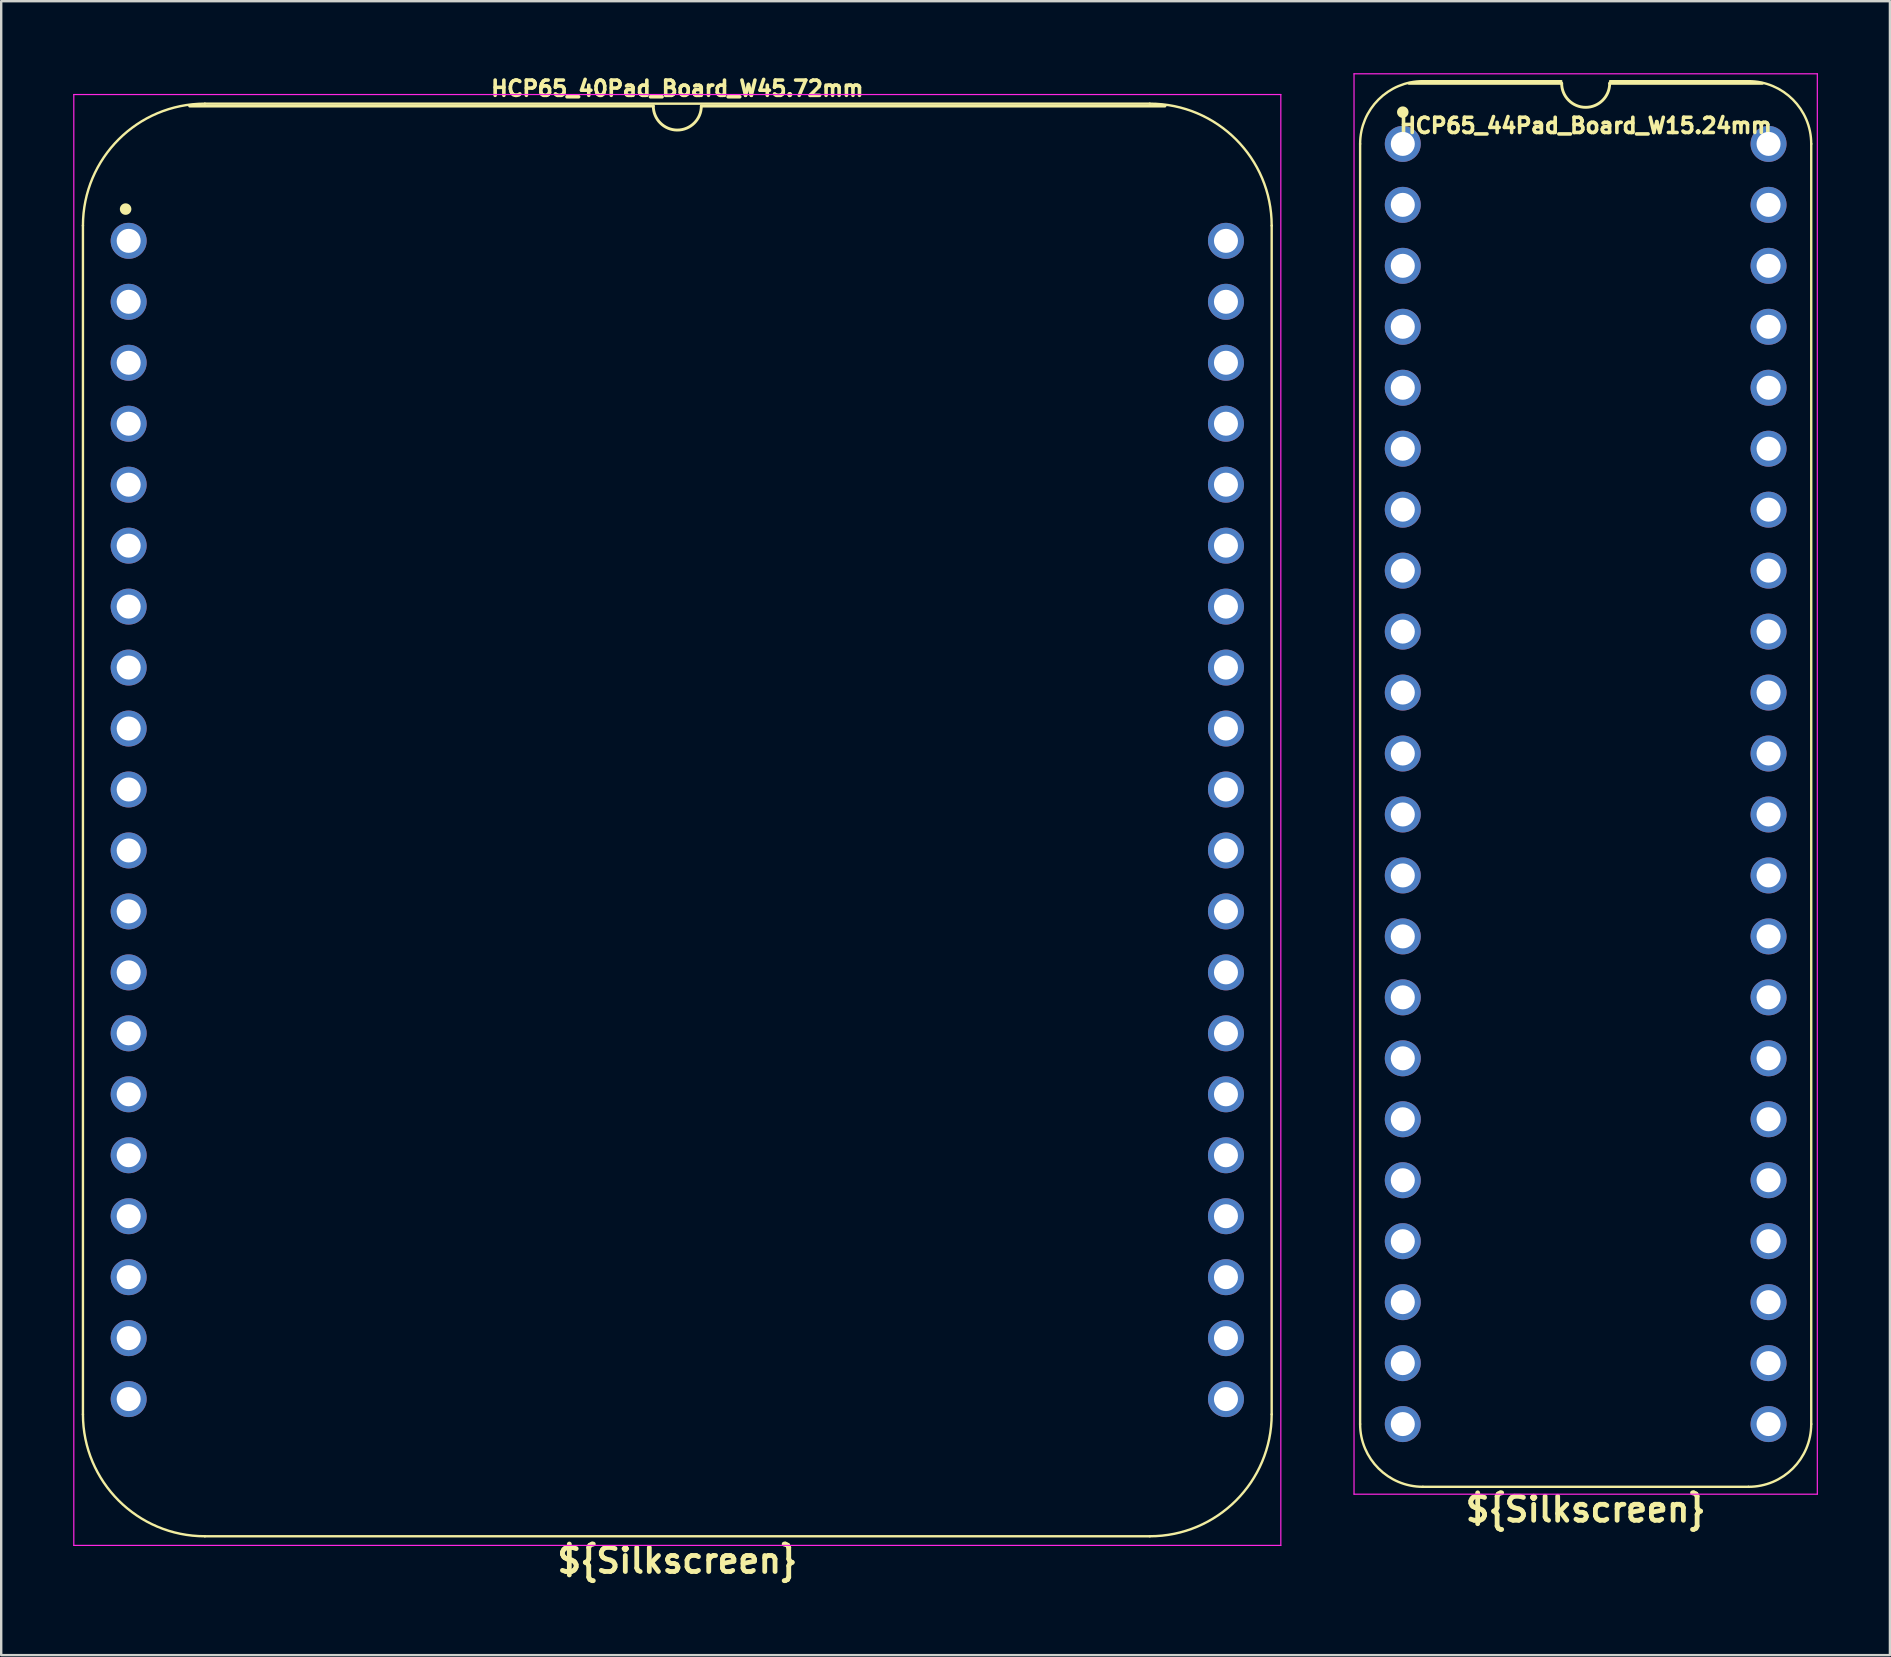
<source format=kicad_pcb>
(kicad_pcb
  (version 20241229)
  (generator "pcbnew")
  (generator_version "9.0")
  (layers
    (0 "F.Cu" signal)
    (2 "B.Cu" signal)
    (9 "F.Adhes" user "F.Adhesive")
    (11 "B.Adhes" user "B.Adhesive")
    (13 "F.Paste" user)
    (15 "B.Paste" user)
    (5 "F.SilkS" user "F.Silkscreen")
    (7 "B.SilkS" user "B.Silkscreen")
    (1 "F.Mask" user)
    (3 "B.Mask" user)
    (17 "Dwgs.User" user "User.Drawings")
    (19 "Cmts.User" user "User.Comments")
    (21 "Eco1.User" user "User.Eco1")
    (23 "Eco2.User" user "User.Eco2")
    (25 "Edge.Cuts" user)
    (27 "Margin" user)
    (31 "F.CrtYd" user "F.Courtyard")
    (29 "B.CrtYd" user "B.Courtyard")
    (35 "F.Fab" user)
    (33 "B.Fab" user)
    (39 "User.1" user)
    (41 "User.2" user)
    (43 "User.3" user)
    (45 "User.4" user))
  (footprint "HCP65_40Pad_Board_W45.72mm"
    (layer "F.Cu")
    (at 2.311 6.985)
    (property "Reference" "HCP65_40Pad_Board_W45.72mm" (at 22.86 -6.35 0) (layer "F.SilkS") (effects (font (size 0.635 0.635) (thickness 0.15))))
    (property "Silkscreen" "${Silkscreen}" (at 22.86 54.991 0) (layer "F.SilkS") (effects (font (size 1 1) (thickness 0.2))))
    (attr through_hole)
    (fp_line (start -1.905 -0.635) (end -1.905 48.895) (stroke (width 0.1) (type solid)) (layer "F.SilkS"))
    (fp_line (start 21.86 -5.616) (end 2.54 -5.616) (stroke (width 0.12) (type solid)) (layer "F.SilkS"))
    (fp_line (start 42.545 -5.715) (end 3.175 -5.715) (stroke (width 0.1) (type solid)) (layer "F.SilkS"))
    (fp_line (start 42.545 53.975) (end 3.175 53.975) (stroke (width 0.1) (type solid)) (layer "F.SilkS"))
    (fp_line (start 43.18 -5.616) (end 23.86 -5.616) (stroke (width 0.12) (type solid)) (layer "F.SilkS"))
    (fp_line (start 47.625 48.895) (end 47.625 -0.635) (stroke (width 0.1) (type solid)) (layer "F.SilkS"))
    (fp_arc (start -1.905 -0.635) (mid -0.417102 -4.227102) (end 3.175 -5.715) (stroke (width 0.1) (type solid)) (layer "F.SilkS"))
    (fp_arc (start 3.175 53.975) (mid -0.417102 52.487102) (end -1.905 48.895) (stroke (width 0.1) (type solid)) (layer "F.SilkS"))
    (fp_arc (start 23.86 -5.616) (mid 22.86 -4.616) (end 21.86 -5.616) (stroke (width 0.12) (type solid)) (layer "F.SilkS"))
    (fp_arc (start 42.545 -5.715) (mid 46.137102 -4.227102) (end 47.625 -0.635) (stroke (width 0.1) (type solid)) (layer "F.SilkS"))
    (fp_arc (start 47.625 48.895) (mid 46.137102 52.487102) (end 42.545 53.975) (stroke (width 0.1) (type solid)) (layer "F.SilkS"))
    (fp_circle (center -0.127 -1.323) (end 0.053 -1.323) (stroke (width 0.12) (type solid)) (fill yes) (layer "F.SilkS"))
    (fp_line (start -2.286 -6.096) (end -2.286 54.356) (stroke (width 0.05) (type solid)) (layer "F.CrtYd"))
    (fp_line (start -2.286 -6.096) (end 48.006 -6.096) (stroke (width 0.05) (type solid)) (layer "F.CrtYd"))
    (fp_line (start -2.286 54.356) (end 48.006 54.356) (stroke (width 0.05) (type solid)) (layer "F.CrtYd"))
    (fp_line (start 48.006 54.356) (end 48.006 -6.096) (stroke (width 0.05) (type solid)) (layer "F.CrtYd"))
    (pad "1" thru_hole circle (at 0 0) (size 1.5 1.5) (drill 1) (layers "*.Cu" "*.Mask"))
    (pad "2" thru_hole circle (at 0 2.54) (size 1.5 1.5) (drill 1) (layers "*.Cu" "*.Mask"))
    (pad "3" thru_hole circle (at 0 5.08) (size 1.5 1.5) (drill 1) (layers "*.Cu" "*.Mask"))
    (pad "4" thru_hole circle (at 0 7.62) (size 1.5 1.5) (drill 1) (layers "*.Cu" "*.Mask"))
    (pad "5" thru_hole circle (at 0 10.16) (size 1.5 1.5) (drill 1) (layers "*.Cu" "*.Mask"))
    (pad "6" thru_hole circle (at 0 12.7) (size 1.5 1.5) (drill 1) (layers "*.Cu" "*.Mask"))
    (pad "7" thru_hole circle (at 0 15.24) (size 1.5 1.5) (drill 1) (layers "*.Cu" "*.Mask"))
    (pad "8" thru_hole circle (at 0 17.78) (size 1.5 1.5) (drill 1) (layers "*.Cu" "*.Mask"))
    (pad "9" thru_hole circle (at 0 20.32) (size 1.5 1.5) (drill 1) (layers "*.Cu" "*.Mask"))
    (pad "10" thru_hole circle (at 0 22.86) (size 1.5 1.5) (drill 1) (layers "*.Cu" "*.Mask"))
    (pad "11" thru_hole circle (at 0 25.4) (size 1.5 1.5) (drill 1) (layers "*.Cu" "*.Mask"))
    (pad "12" thru_hole circle (at 0 27.94) (size 1.5 1.5) (drill 1) (layers "*.Cu" "*.Mask"))
    (pad "13" thru_hole circle (at 0 30.48) (size 1.5 1.5) (drill 1) (layers "*.Cu" "*.Mask"))
    (pad "14" thru_hole circle (at 0 33.02) (size 1.5 1.5) (drill 1) (layers "*.Cu" "*.Mask"))
    (pad "15" thru_hole circle (at 0 35.56) (size 1.5 1.5) (drill 1) (layers "*.Cu" "*.Mask"))
    (pad "16" thru_hole circle (at 0 38.1) (size 1.5 1.5) (drill 1) (layers "*.Cu" "*.Mask"))
    (pad "17" thru_hole circle (at 0 40.64) (size 1.5 1.5) (drill 1) (layers "*.Cu" "*.Mask"))
    (pad "18" thru_hole circle (at 0 43.18) (size 1.5 1.5) (drill 1) (layers "*.Cu" "*.Mask"))
    (pad "19" thru_hole circle (at 0 45.72) (size 1.5 1.5) (drill 1) (layers "*.Cu" "*.Mask"))
    (pad "20" thru_hole circle (at 0 48.26) (size 1.5 1.5) (drill 1) (layers "*.Cu" "*.Mask"))
    (pad "21" thru_hole circle (at 45.72 48.26) (size 1.5 1.5) (drill 1) (layers "*.Cu" "*.Mask"))
    (pad "22" thru_hole circle (at 45.72 45.72) (size 1.5 1.5) (drill 1) (layers "*.Cu" "*.Mask"))
    (pad "23" thru_hole circle (at 45.72 43.18) (size 1.5 1.5) (drill 1) (layers "*.Cu" "*.Mask"))
    (pad "24" thru_hole circle (at 45.72 40.64) (size 1.5 1.5) (drill 1) (layers "*.Cu" "*.Mask"))
    (pad "25" thru_hole circle (at 45.72 38.1) (size 1.5 1.5) (drill 1) (layers "*.Cu" "*.Mask"))
    (pad "26" thru_hole circle (at 45.72 35.56) (size 1.5 1.5) (drill 1) (layers "*.Cu" "*.Mask"))
    (pad "27" thru_hole circle (at 45.72 33.02) (size 1.5 1.5) (drill 1) (layers "*.Cu" "*.Mask"))
    (pad "28" thru_hole circle (at 45.72 30.48) (size 1.5 1.5) (drill 1) (layers "*.Cu" "*.Mask"))
    (pad "29" thru_hole circle (at 45.72 27.94) (size 1.5 1.5) (drill 1) (layers "*.Cu" "*.Mask"))
    (pad "30" thru_hole circle (at 45.72 25.4) (size 1.5 1.5) (drill 1) (layers "*.Cu" "*.Mask"))
    (pad "31" thru_hole circle (at 45.72 22.86) (size 1.5 1.5) (drill 1) (layers "*.Cu" "*.Mask"))
    (pad "32" thru_hole circle (at 45.72 20.32) (size 1.5 1.5) (drill 1) (layers "*.Cu" "*.Mask"))
    (pad "33" thru_hole circle (at 45.72 17.78) (size 1.5 1.5) (drill 1) (layers "*.Cu" "*.Mask"))
    (pad "34" thru_hole circle (at 45.72 15.24) (size 1.5 1.5) (drill 1) (layers "*.Cu" "*.Mask"))
    (pad "35" thru_hole circle (at 45.72 12.7) (size 1.5 1.5) (drill 1) (layers "*.Cu" "*.Mask"))
    (pad "36" thru_hole circle (at 45.72 10.16) (size 1.5 1.5) (drill 1) (layers "*.Cu" "*.Mask"))
    (pad "37" thru_hole circle (at 45.72 7.62) (size 1.5 1.5) (drill 1) (layers "*.Cu" "*.Mask"))
    (pad "38" thru_hole circle (at 45.72 5.08) (size 1.5 1.5) (drill 1) (layers "*.Cu" "*.Mask"))
    (pad "39" thru_hole circle (at 45.72 2.54) (size 1.5 1.5) (drill 1) (layers "*.Cu" "*.Mask"))
    (pad "40" thru_hole circle (at 45.72 0) (size 1.5 1.5) (drill 1) (layers "*.Cu" "*.Mask")))
  (footprint "HCP65_44Pad_Board_W15.24mm"
    (layer "F.Cu")
    (at 55.399 2.946)
    (property "Reference" "HCP65_44Pad_Board_W15.24mm" (at 7.62 -0.762 0) (layer "F.SilkS") (effects (font (size 0.635 0.635) (thickness 0.15))))
    (property "Silkscreen" "${Silkscreen}" (at 7.62 56.896 0) (layer "F.SilkS") (effects (font (size 1 1) (thickness 0.2))))
    (attr through_hole)
    (fp_line (start -1.778 53.34) (end -1.778 0) (stroke (width 0.1) (type solid)) (layer "F.SilkS"))
    (fp_line (start 0.836 -2.614) (end 6.604 -2.614) (stroke (width 0.1) (type solid)) (layer "F.SilkS"))
    (fp_line (start 6.62 -2.524) (end 0.254 -2.524) (stroke (width 0.12) (type solid)) (layer "F.SilkS"))
    (fp_line (start 8.636 -2.614) (end 14.404 -2.614) (stroke (width 0.1) (type solid)) (layer "F.SilkS"))
    (fp_line (start 14.404 55.954) (end 0.836 55.954) (stroke (width 0.1) (type solid)) (layer "F.SilkS"))
    (fp_line (start 14.986 -2.524) (end 8.62 -2.524) (stroke (width 0.12) (type solid)) (layer "F.SilkS"))
    (fp_line (start 17.018 53.34) (end 17.018 0) (stroke (width 0.1) (type solid)) (layer "F.SilkS"))
    (fp_arc (start -1.778 0) (mid -1.012456 -1.848188) (end 0.835732 -2.613732) (stroke (width 0.1) (type solid)) (layer "F.SilkS"))
    (fp_arc (start 0.835733 55.953733) (mid -1.012456 55.188189) (end -1.778 53.34) (stroke (width 0.1) (type solid)) (layer "F.SilkS"))
    (fp_arc (start 8.62 -2.524) (mid 7.62 -1.524) (end 6.62 -2.524) (stroke (width 0.12) (type solid)) (layer "F.SilkS"))
    (fp_arc (start 14.404268 -2.613732) (mid 16.252456 -1.848188) (end 17.018 0) (stroke (width 0.1) (type solid)) (layer "F.SilkS"))
    (fp_arc (start 17.018001 53.340001) (mid 16.252456 55.188188) (end 14.404269 55.953733) (stroke (width 0.1) (type solid)) (layer "F.SilkS"))
    (fp_circle (center 0 -1.323) (end 0.18 -1.323) (stroke (width 0.12) (type solid)) (fill yes) (layer "F.SilkS"))
    (fp_line (start -2.032 -2.921) (end -2.032 56.261) (stroke (width 0.05) (type solid)) (layer "F.CrtYd"))
    (fp_line (start -2.032 -2.921) (end 17.272 -2.921) (stroke (width 0.05) (type solid)) (layer "F.CrtYd"))
    (fp_line (start -2.032 56.261) (end 17.272 56.261) (stroke (width 0.05) (type solid)) (layer "F.CrtYd"))
    (fp_line (start 17.272 -2.921) (end 17.272 56.261) (stroke (width 0.05) (type solid)) (layer "F.CrtYd"))
    (pad "1" thru_hole circle (at 0 0) (size 1.5 1.5) (drill 1) (layers "*.Cu" "*.Mask"))
    (pad "2" thru_hole circle (at 0 2.54) (size 1.5 1.5) (drill 1) (layers "*.Cu" "*.Mask"))
    (pad "3" thru_hole circle (at 0 5.08) (size 1.5 1.5) (drill 1) (layers "*.Cu" "*.Mask"))
    (pad "4" thru_hole circle (at 0 7.62) (size 1.5 1.5) (drill 1) (layers "*.Cu" "*.Mask"))
    (pad "5" thru_hole circle (at 0 10.16) (size 1.5 1.5) (drill 1) (layers "*.Cu" "*.Mask"))
    (pad "6" thru_hole circle (at 0 12.7) (size 1.5 1.5) (drill 1) (layers "*.Cu" "*.Mask"))
    (pad "7" thru_hole circle (at 0 15.24) (size 1.5 1.5) (drill 1) (layers "*.Cu" "*.Mask"))
    (pad "8" thru_hole circle (at 0 17.78) (size 1.5 1.5) (drill 1) (layers "*.Cu" "*.Mask"))
    (pad "9" thru_hole circle (at 0 20.32) (size 1.5 1.5) (drill 1) (layers "*.Cu" "*.Mask"))
    (pad "10" thru_hole circle (at 0 22.86) (size 1.5 1.5) (drill 1) (layers "*.Cu" "*.Mask"))
    (pad "11" thru_hole circle (at 0 25.4) (size 1.5 1.5) (drill 1) (layers "*.Cu" "*.Mask"))
    (pad "12" thru_hole circle (at 0 27.94) (size 1.5 1.5) (drill 1) (layers "*.Cu" "*.Mask"))
    (pad "13" thru_hole circle (at 0 30.48) (size 1.5 1.5) (drill 1) (layers "*.Cu" "*.Mask"))
    (pad "14" thru_hole circle (at 0 33.02) (size 1.5 1.5) (drill 1) (layers "*.Cu" "*.Mask"))
    (pad "15" thru_hole circle (at 0 35.56) (size 1.5 1.5) (drill 1) (layers "*.Cu" "*.Mask"))
    (pad "16" thru_hole circle (at 0 38.1) (size 1.5 1.5) (drill 1) (layers "*.Cu" "*.Mask"))
    (pad "17" thru_hole circle (at 0 40.64) (size 1.5 1.5) (drill 1) (layers "*.Cu" "*.Mask"))
    (pad "18" thru_hole circle (at 0 43.18) (size 1.5 1.5) (drill 1) (layers "*.Cu" "*.Mask"))
    (pad "19" thru_hole circle (at 0 45.72) (size 1.5 1.5) (drill 1) (layers "*.Cu" "*.Mask"))
    (pad "20" thru_hole circle (at 0 48.26) (size 1.5 1.5) (drill 1) (layers "*.Cu" "*.Mask"))
    (pad "21" thru_hole circle (at 0 50.8) (size 1.5 1.5) (drill 1) (layers "*.Cu" "*.Mask"))
    (pad "22" thru_hole circle (at 0 53.34) (size 1.5 1.5) (drill 1) (layers "*.Cu" "*.Mask"))
    (pad "23" thru_hole circle (at 15.24 53.34 180) (size 1.5 1.5) (drill 1) (layers "*.Cu" "*.Mask"))
    (pad "24" thru_hole circle (at 15.24 50.8 180) (size 1.5 1.5) (drill 1) (layers "*.Cu" "*.Mask"))
    (pad "25" thru_hole circle (at 15.24 48.26 180) (size 1.5 1.5) (drill 1) (layers "*.Cu" "*.Mask"))
    (pad "26" thru_hole circle (at 15.24 45.72 180) (size 1.5 1.5) (drill 1) (layers "*.Cu" "*.Mask"))
    (pad "27" thru_hole circle (at 15.24 43.18 180) (size 1.5 1.5) (drill 1) (layers "*.Cu" "*.Mask"))
    (pad "28" thru_hole circle (at 15.24 40.64 180) (size 1.5 1.5) (drill 1) (layers "*.Cu" "*.Mask"))
    (pad "29" thru_hole circle (at 15.24 38.1) (size 1.5 1.5) (drill 1) (layers "*.Cu" "*.Mask"))
    (pad "30" thru_hole circle (at 15.24 35.56) (size 1.5 1.5) (drill 1) (layers "*.Cu" "*.Mask"))
    (pad "31" thru_hole circle (at 15.24 33.02) (size 1.5 1.5) (drill 1) (layers "*.Cu" "*.Mask"))
    (pad "32" thru_hole circle (at 15.24 30.48) (size 1.5 1.5) (drill 1) (layers "*.Cu" "*.Mask"))
    (pad "33" thru_hole circle (at 15.24 27.94) (size 1.5 1.5) (drill 1) (layers "*.Cu" "*.Mask"))
    (pad "34" thru_hole circle (at 15.24 25.4) (size 1.5 1.5) (drill 1) (layers "*.Cu" "*.Mask"))
    (pad "35" thru_hole circle (at 15.24 22.86) (size 1.5 1.5) (drill 1) (layers "*.Cu" "*.Mask"))
    (pad "36" thru_hole circle (at 15.24 20.32) (size 1.5 1.5) (drill 1) (layers "*.Cu" "*.Mask"))
    (pad "37" thru_hole circle (at 15.24 17.78) (size 1.5 1.5) (drill 1) (layers "*.Cu" "*.Mask"))
    (pad "38" thru_hole circle (at 15.24 15.24) (size 1.5 1.5) (drill 1) (layers "*.Cu" "*.Mask"))
    (pad "39" thru_hole circle (at 15.24 12.7) (size 1.5 1.5) (drill 1) (layers "*.Cu" "*.Mask"))
    (pad "40" thru_hole circle (at 15.24 10.16) (size 1.5 1.5) (drill 1) (layers "*.Cu" "*.Mask"))
    (pad "41" thru_hole circle (at 15.24 7.62) (size 1.5 1.5) (drill 1) (layers "*.Cu" "*.Mask"))
    (pad "42" thru_hole circle (at 15.24 5.08) (size 1.5 1.5) (drill 1) (layers "*.Cu" "*.Mask"))
    (pad "43" thru_hole circle (at 15.24 2.54) (size 1.5 1.5) (drill 1) (layers "*.Cu" "*.Mask"))
    (pad "44" thru_hole circle (at 15.24 0) (size 1.5 1.5) (drill 1) (layers "*.Cu" "*.Mask")))
  (gr_rect
    (start -3 -3)
    (end 75.696 65.912)
    (stroke (width 0.1) (type default))
    (fill no)
    (layer "Edge.Cuts")))
</source>
